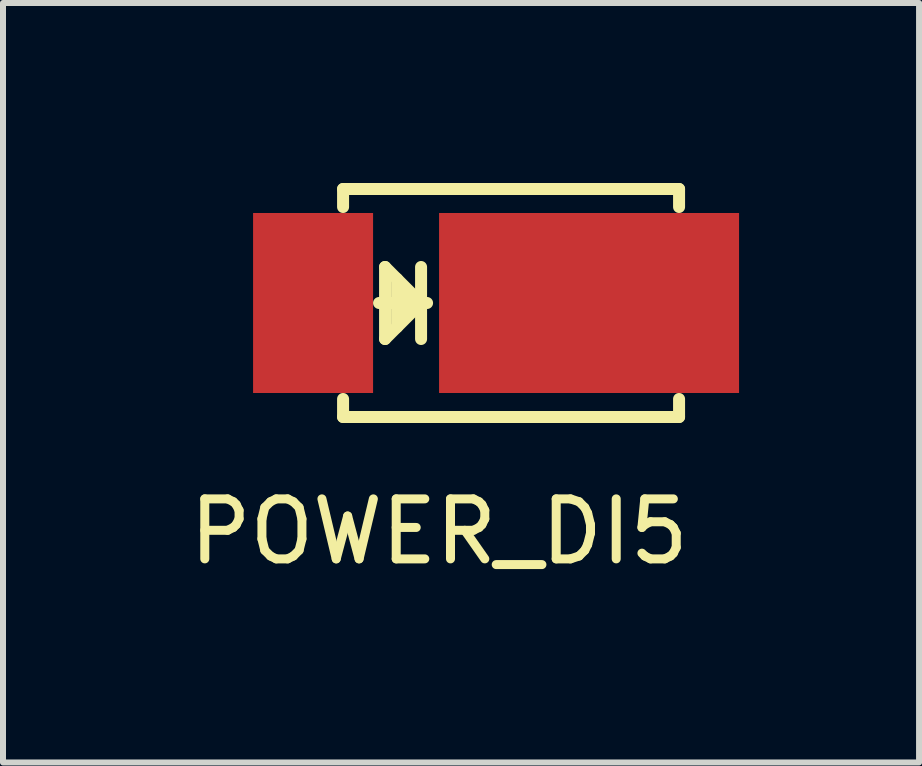
<source format=kicad_pcb>
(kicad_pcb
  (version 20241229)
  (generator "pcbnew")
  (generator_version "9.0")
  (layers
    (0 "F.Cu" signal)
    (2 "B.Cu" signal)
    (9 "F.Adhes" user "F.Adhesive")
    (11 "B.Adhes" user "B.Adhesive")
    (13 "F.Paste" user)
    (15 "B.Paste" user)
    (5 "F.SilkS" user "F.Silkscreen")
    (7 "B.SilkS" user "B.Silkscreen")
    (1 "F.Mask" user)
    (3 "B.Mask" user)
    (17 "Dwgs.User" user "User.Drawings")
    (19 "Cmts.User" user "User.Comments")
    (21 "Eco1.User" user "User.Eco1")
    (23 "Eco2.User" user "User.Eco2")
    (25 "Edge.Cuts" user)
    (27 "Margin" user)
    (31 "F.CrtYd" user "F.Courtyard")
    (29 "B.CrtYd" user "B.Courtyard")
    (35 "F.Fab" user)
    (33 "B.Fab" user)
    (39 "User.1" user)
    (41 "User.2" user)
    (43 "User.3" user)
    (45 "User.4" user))
  (footprint "POWER_DI5"
    (layer "F.Cu")
    (at 4.268 2)
    (property "Reference" "POWER_DI5" (at 0 3.81 0) (layer "F.SilkS") (effects (font (size 1 1) (thickness 0.15))))
    (attr through_hole)
    (fp_line (start -1.6 -1.9) (end -1.6 -1.6) (stroke (width 0.2) (type solid)) (layer "F.SilkS"))
    (fp_line (start -1.6 -1.9) (end 4 -1.9) (stroke (width 0.2) (type solid)) (layer "F.SilkS"))
    (fp_line (start -1.6 1.9) (end -1.6 1.6) (stroke (width 0.2) (type solid)) (layer "F.SilkS"))
    (fp_line (start -1.6 1.9) (end 4 1.9) (stroke (width 0.2) (type solid)) (layer "F.SilkS"))
    (fp_line (start -1 0) (end -0.2 0) (stroke (width 0.2) (type solid)) (layer "F.SilkS"))
    (fp_line (start -0.9 -0.6) (end -0.9 0.6) (stroke (width 0.2) (type solid)) (layer "F.SilkS"))
    (fp_line (start -0.9 0.6) (end -0.3 0) (stroke (width 0.2) (type solid)) (layer "F.SilkS"))
    (fp_line (start -0.7 -0.4) (end -0.7 0.4) (stroke (width 0.2) (type solid)) (layer "F.SilkS"))
    (fp_line (start -0.6 -0.2) (end -0.6 0.2) (stroke (width 0.2) (type solid)) (layer "F.SilkS"))
    (fp_line (start -0.3 -0.6) (end -0.3 0.6) (stroke (width 0.2) (type solid)) (layer "F.SilkS"))
    (fp_line (start -0.3 0) (end -0.9 -0.6) (stroke (width 0.2) (type solid)) (layer "F.SilkS"))
    (fp_line (start 4 -1.9) (end 4 -1.6) (stroke (width 0.2) (type solid)) (layer "F.SilkS"))
    (fp_line (start 4 1.9) (end 4 1.6) (stroke (width 0.2) (type solid)) (layer "F.SilkS"))
    (pad "1" smd rect (at 2.5 0) (size 5 3) (layers "F.Cu" "F.Mask" "F.Paste"))
    (pad "2" smd rect (at -2.1 0) (size 2 3) (layers "F.Cu" "F.Mask" "F.Paste")))
  (gr_rect
    (start -3 -3)
    (end 12.268 9.658)
    (stroke (width 0.1) (type default))
    (fill no)
    (layer "Edge.Cuts")))
</source>
